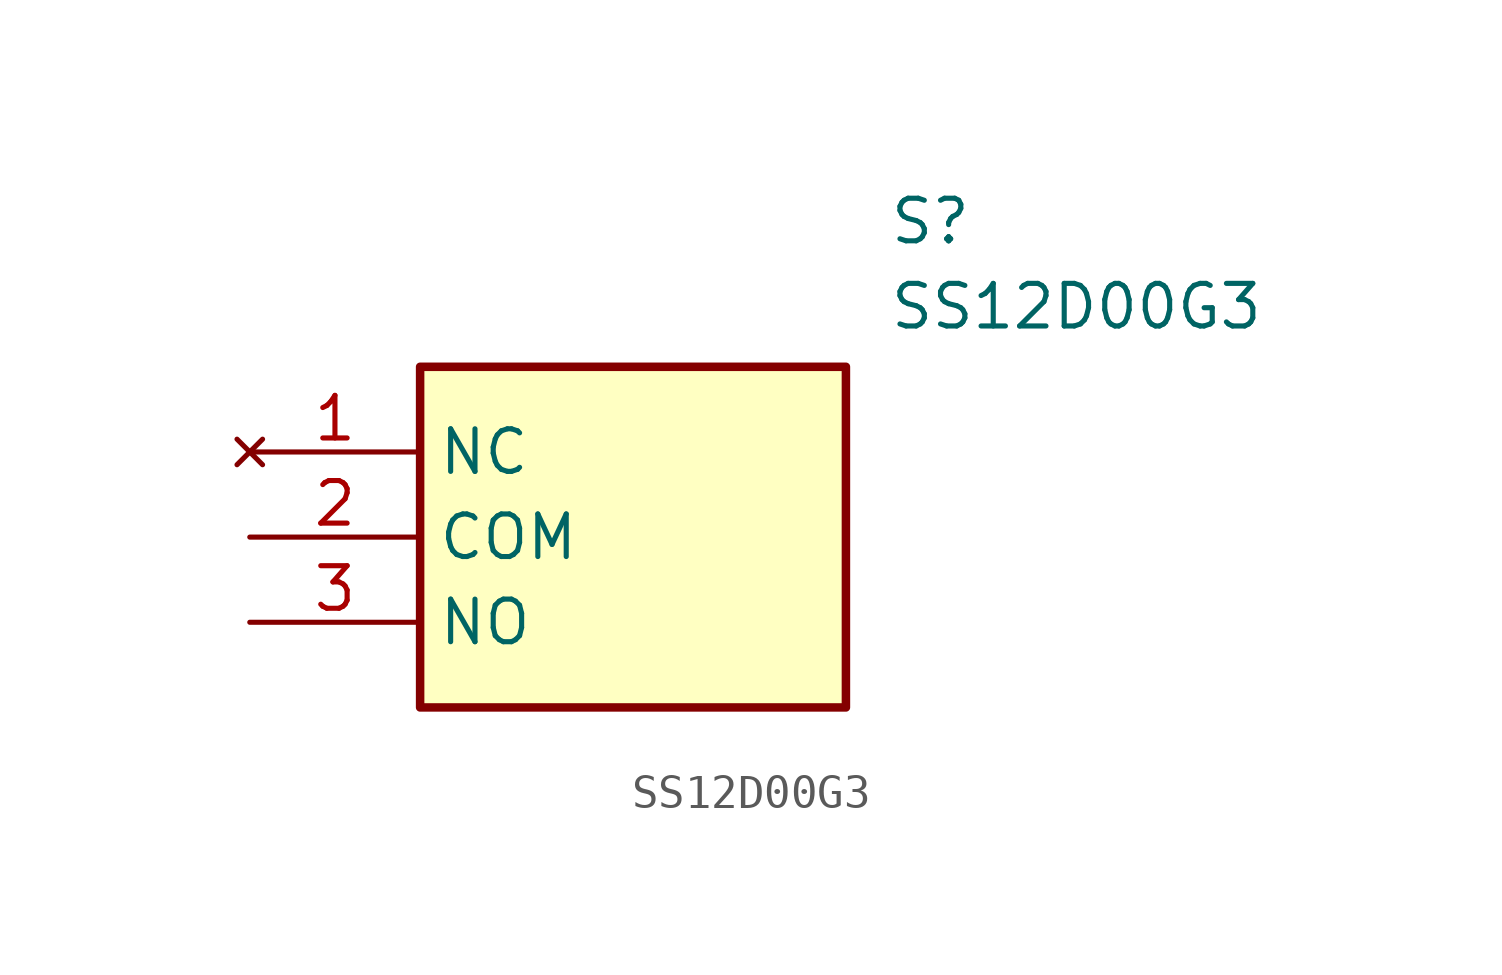
<source format=kicad_sym>
(kicad_symbol_lib
  (version 20220914)
  (generator SamacSys_ECAD_Model)
  (symbol "SS12D00G3"
    (property "Reference" "S"
      (at 19.05 7.62 0)
      (effects (font (size 1.27 1.27)) (justify left top)))
    (property "Value" "SS12D00G3"
      (at 19.05 5.08 0)
      (effects (font (size 1.27 1.27)) (justify left top)))
    (rectangle
      (start 5.08 2.54)
      (end 17.78 -7.62)
      (stroke (width 0.254) (type default))
      (fill (type background)))
    (pin no_connect line
      (at 0 0 0)
      (length 5.08)
      (name "NC" (effects (font (size 1.27 1.27))))
      (number "1" (effects (font (size 1.27 1.27)))))
    (pin passive line
      (at 0 -2.54 0)
      (length 5.08)
      (name "COM" (effects (font (size 1.27 1.27))))
      (number "2" (effects (font (size 1.27 1.27)))))
    (pin passive line
      (at 0 -5.08 0)
      (length 5.08)
      (name "NO" (effects (font (size 1.27 1.27))))
      (number "3" (effects (font (size 1.27 1.27)))))))
</source>
